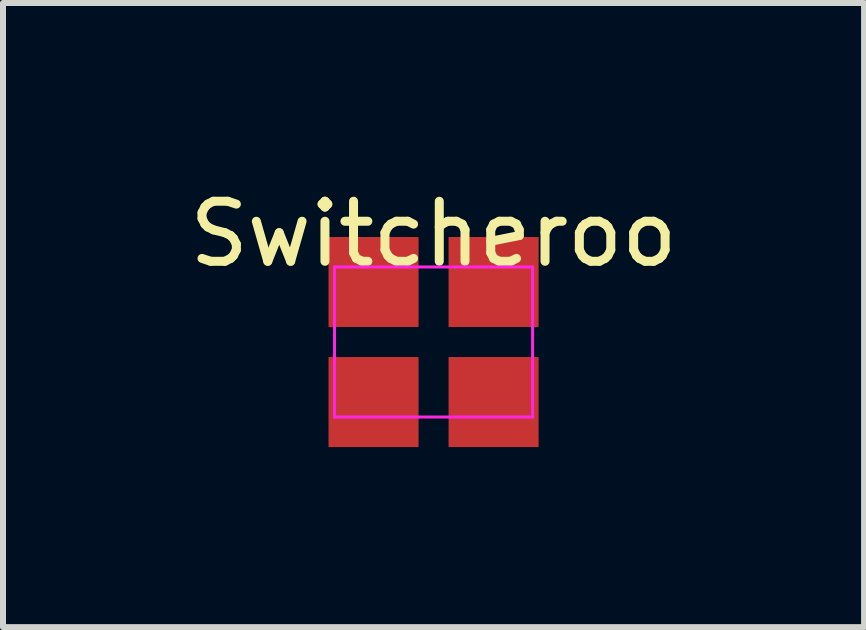
<source format=kicad_pcb>
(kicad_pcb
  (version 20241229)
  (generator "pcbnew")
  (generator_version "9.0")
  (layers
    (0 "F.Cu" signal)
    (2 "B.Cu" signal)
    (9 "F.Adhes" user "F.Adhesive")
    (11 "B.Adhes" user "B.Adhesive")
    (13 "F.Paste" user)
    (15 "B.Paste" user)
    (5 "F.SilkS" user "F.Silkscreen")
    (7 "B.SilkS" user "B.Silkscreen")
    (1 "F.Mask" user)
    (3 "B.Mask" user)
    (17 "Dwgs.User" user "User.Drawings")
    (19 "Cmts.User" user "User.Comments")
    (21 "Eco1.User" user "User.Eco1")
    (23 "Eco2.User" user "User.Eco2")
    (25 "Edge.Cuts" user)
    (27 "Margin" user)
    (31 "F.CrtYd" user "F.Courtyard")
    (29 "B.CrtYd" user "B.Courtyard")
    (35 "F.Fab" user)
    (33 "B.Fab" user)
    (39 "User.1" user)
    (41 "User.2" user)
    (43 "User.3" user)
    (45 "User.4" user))
  (footprint "Switcheroo"
    (layer "F.Cu")
    (at 4.173 2.648)
    (property "Reference" "Switcheroo" (at 0 -1.8 0) (layer "F.SilkS") (effects (font (size 1 1) (thickness 0.15))))
    (attr exclude_from_pos_files exclude_from_bom)
    (fp_line (start -1.65 -1.25) (end -1.65 1.25) (stroke (width 0.05) (type solid)) (layer "F.CrtYd"))
    (fp_line (start -1.65 -1.25) (end 1.65 -1.25) (stroke (width 0.05) (type solid)) (layer "F.CrtYd"))
    (fp_line (start 1.65 1.25) (end -1.65 1.25) (stroke (width 0.05) (type solid)) (layer "F.CrtYd"))
    (fp_line (start 1.65 1.25) (end 1.65 -1.25) (stroke (width 0.05) (type solid)) (layer "F.CrtYd"))
    (pad "1" smd rect (at -1 1) (size 1.5 1.5) (layers "F.Cu" "F.Mask"))
    (pad "1" smd rect (at 1 -1) (size 1.5 1.5) (layers "F.Cu" "F.Mask"))
    (pad "2" smd rect (at -1 -1) (size 1.5 1.5) (layers "F.Cu" "F.Mask"))
    (pad "2" smd rect (at 1 1) (size 1.5 1.5) (layers "F.Cu" "F.Mask")))
  (gr_rect
    (start -3 -3)
    (end 11.345 7.398)
    (stroke (width 0.1) (type default))
    (fill no)
    (layer "Edge.Cuts")))
</source>
